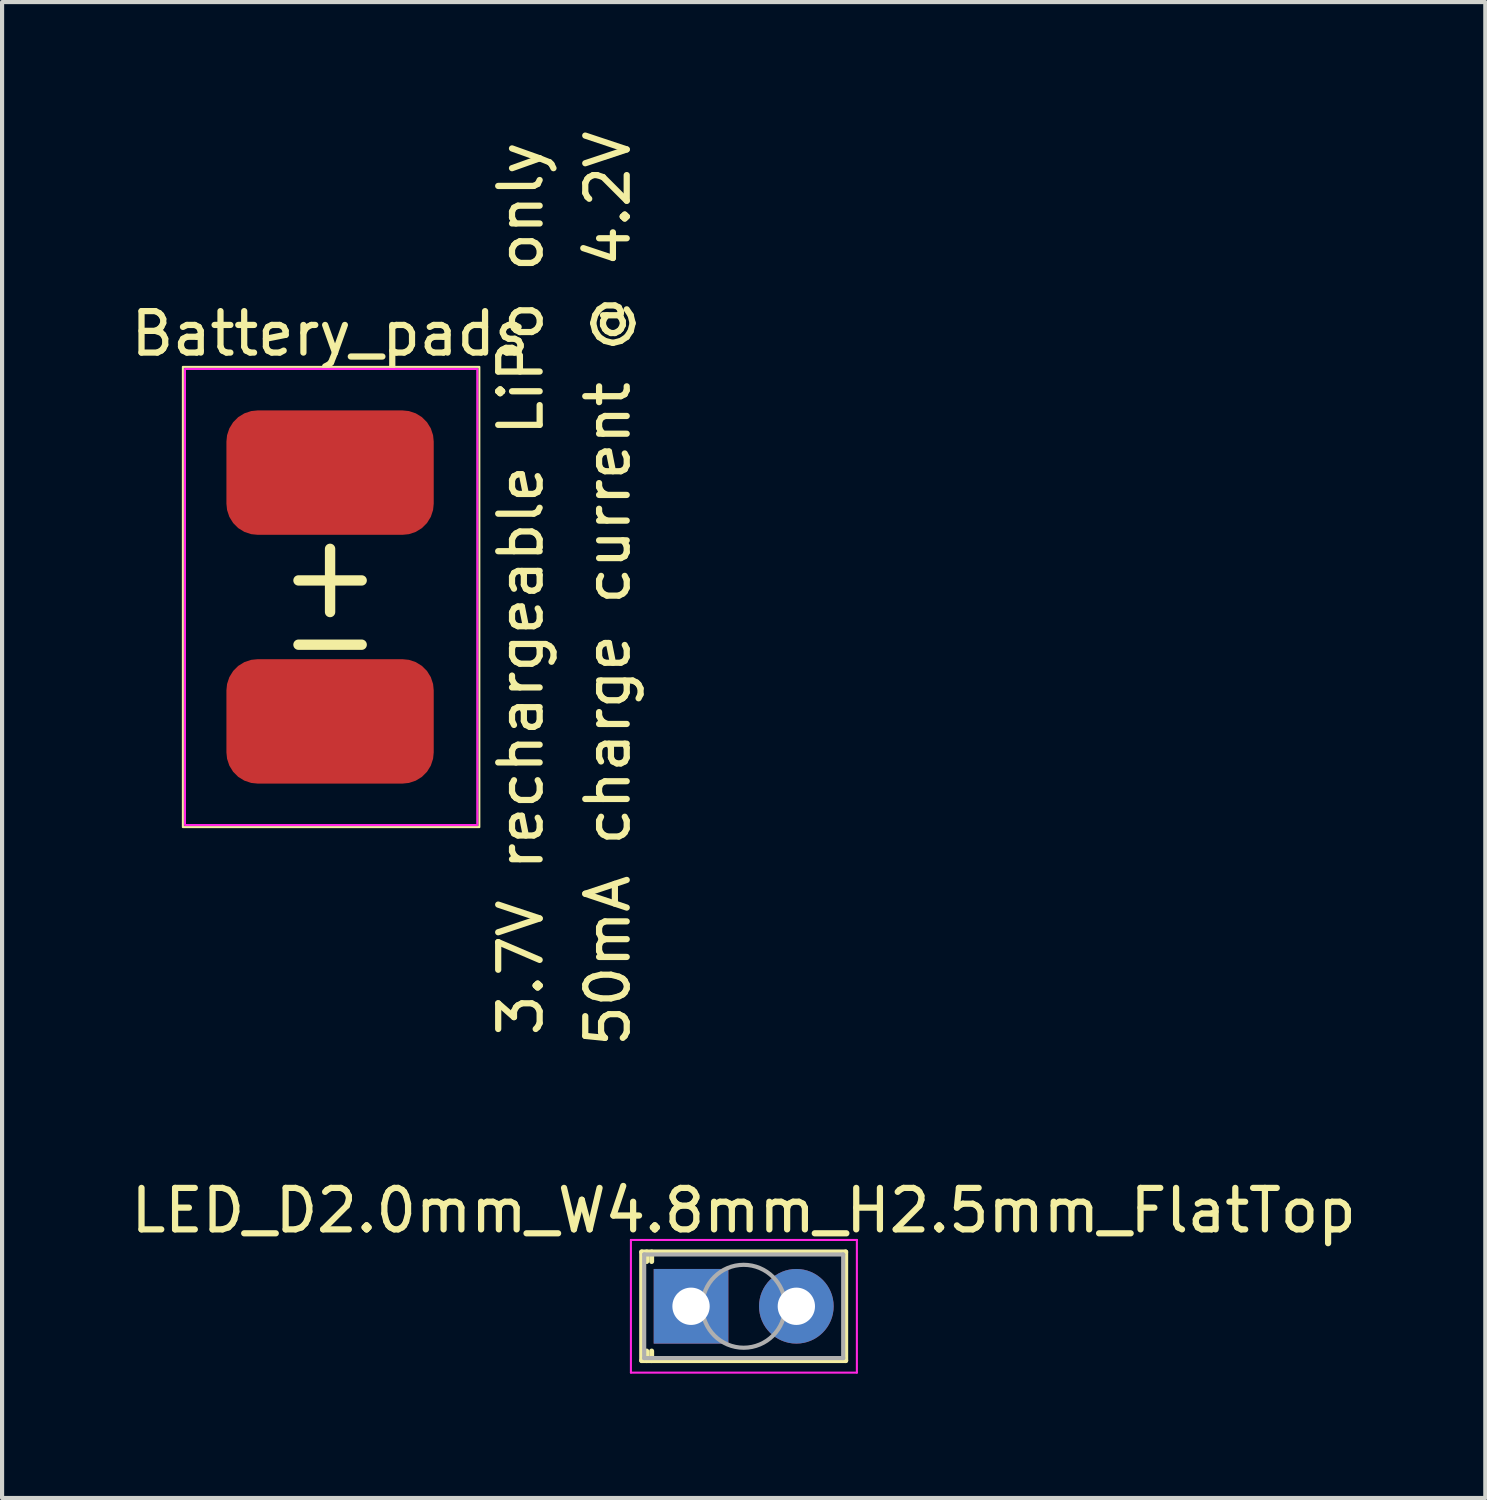
<source format=kicad_pcb>
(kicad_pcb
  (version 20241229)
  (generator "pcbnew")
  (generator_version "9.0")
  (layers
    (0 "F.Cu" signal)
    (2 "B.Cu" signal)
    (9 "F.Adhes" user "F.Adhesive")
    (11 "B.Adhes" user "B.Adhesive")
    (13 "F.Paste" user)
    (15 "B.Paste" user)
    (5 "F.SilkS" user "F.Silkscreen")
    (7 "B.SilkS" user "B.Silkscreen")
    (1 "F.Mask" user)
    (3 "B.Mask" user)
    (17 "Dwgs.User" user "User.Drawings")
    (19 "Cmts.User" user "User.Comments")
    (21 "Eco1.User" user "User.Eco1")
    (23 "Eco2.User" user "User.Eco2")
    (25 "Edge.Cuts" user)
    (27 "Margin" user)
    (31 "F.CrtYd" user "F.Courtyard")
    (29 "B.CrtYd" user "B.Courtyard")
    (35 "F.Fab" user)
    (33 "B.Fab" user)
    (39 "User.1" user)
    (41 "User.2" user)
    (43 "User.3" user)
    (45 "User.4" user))
  (footprint "LED_D2.0mm_W4.8mm_H2.5mm_FlatTop"
    (layer "F.Cu")
    (at 14.887 28.456)
    (property "Reference" "LED_D2.0mm_W4.8mm_H2.5mm_FlatTop" (at 0 -2.31 0) (layer "F.SilkS") (effects (font (size 1 1) (thickness 0.15))))
    (attr through_hole)
    (fp_line (start -2.46 -1.31) (end -2.46 1.31) (stroke (width 0.12) (type solid)) (layer "F.SilkS"))
    (fp_line (start -2.46 -1.31) (end 2.46 -1.31) (stroke (width 0.12) (type solid)) (layer "F.SilkS"))
    (fp_line (start -2.46 1.31) (end 2.46 1.31) (stroke (width 0.12) (type solid)) (layer "F.SilkS"))
    (fp_line (start -2.34 -1.31) (end -2.34 -1.08) (stroke (width 0.12) (type solid)) (layer "F.SilkS"))
    (fp_line (start -2.34 1.08) (end -2.34 1.31) (stroke (width 0.12) (type solid)) (layer "F.SilkS"))
    (fp_line (start -2.22 -1.31) (end -2.22 -1.08) (stroke (width 0.12) (type solid)) (layer "F.SilkS"))
    (fp_line (start -2.22 1.08) (end -2.22 1.31) (stroke (width 0.12) (type solid)) (layer "F.SilkS"))
    (fp_line (start 2.46 -1.31) (end 2.46 1.31) (stroke (width 0.12) (type solid)) (layer "F.SilkS"))
    (fp_line (start -2.72 -1.6) (end -2.72 1.6) (stroke (width 0.05) (type solid)) (layer "F.CrtYd"))
    (fp_line (start -2.72 1.6) (end 2.73 1.6) (stroke (width 0.05) (type solid)) (layer "F.CrtYd"))
    (fp_line (start 2.73 -1.6) (end -2.72 -1.6) (stroke (width 0.05) (type solid)) (layer "F.CrtYd"))
    (fp_line (start 2.73 1.6) (end 2.73 -1.6) (stroke (width 0.05) (type solid)) (layer "F.CrtYd"))
    (fp_line (start -2.4 -1.25) (end -2.4 1.25) (stroke (width 0.1) (type solid)) (layer "F.Fab"))
    (fp_line (start -2.4 1.25) (end 2.4 1.25) (stroke (width 0.1) (type solid)) (layer "F.Fab"))
    (fp_line (start 2.4 -1.25) (end -2.4 -1.25) (stroke (width 0.1) (type solid)) (layer "F.Fab"))
    (fp_line (start 2.4 1.25) (end 2.4 -1.25) (stroke (width 0.1) (type solid)) (layer "F.Fab"))
    (fp_circle (center 0 0) (end 1 0) (stroke (width 0.1) (type solid)) (fill no) (layer "F.Fab"))
    (pad "1" thru_hole rect (at -1.27 0) (size 1.8 1.8) (drill 0.9) (layers "*.Cu" "*.Mask"))
    (pad "2" thru_hole circle (at 1.27 0) (size 1.8 1.8) (drill 0.9) (layers "*.Cu" "*.Mask")))
  (footprint "Battery_pads"
    (layer "F.Cu")
    (at 4.911 11.349)
    (property "Reference" "Battery_pads" (at 0 -6.35 0) (unlocked yes) (layer "F.SilkS") (effects (font (size 1 1) (thickness 0.15))))
    (attr smd)
    (fp_rect (start -3.55 -5.55) (end 3.6 5.55) (stroke (width 0.05) (type solid)) (fill no) (layer "F.SilkS"))
    (fp_rect (start -3.5 -5.5) (end 3.55 5.5) (stroke (width 0.05) (type solid)) (fill no) (layer "F.CrtYd"))
    (fp_text user "3.7V rechargeable LiPo only" (at 4.6 -0.2 90) (unlocked yes) (layer "F.SilkS") (effects (font (size 1 1) (thickness 0.15))))
    (fp_text user "50mA charge current @ 4.2V" (at 6.7 -0.2 90) (unlocked yes) (layer "F.SilkS") (effects (font (size 1 1) (thickness 0.15))))
    (fp_text user "+" (at 0 -0.55 0) (unlocked yes) (layer "F.SilkS") (effects (font (size 2 2) (thickness 0.25))))
    (fp_text user "-" (at 0 1 0) (unlocked yes) (layer "F.SilkS") (effects (font (size 2 2) (thickness 0.25))))
    (pad "1" smd roundrect (at 0 -3) (size 5 3) (layers "F.Cu" "F.Mask" "F.Paste") (roundrect_rratio 0.25))
    (pad "2" smd roundrect (at 0 3) (size 5 3) (layers "F.Cu" "F.Mask" "F.Paste") (roundrect_rratio 0.25)))
  (gr_rect
    (start -3 -3)
    (end 32.774 33.081)
    (stroke (width 0.1) (type default))
    (fill no)
    (layer "Edge.Cuts")))
</source>
